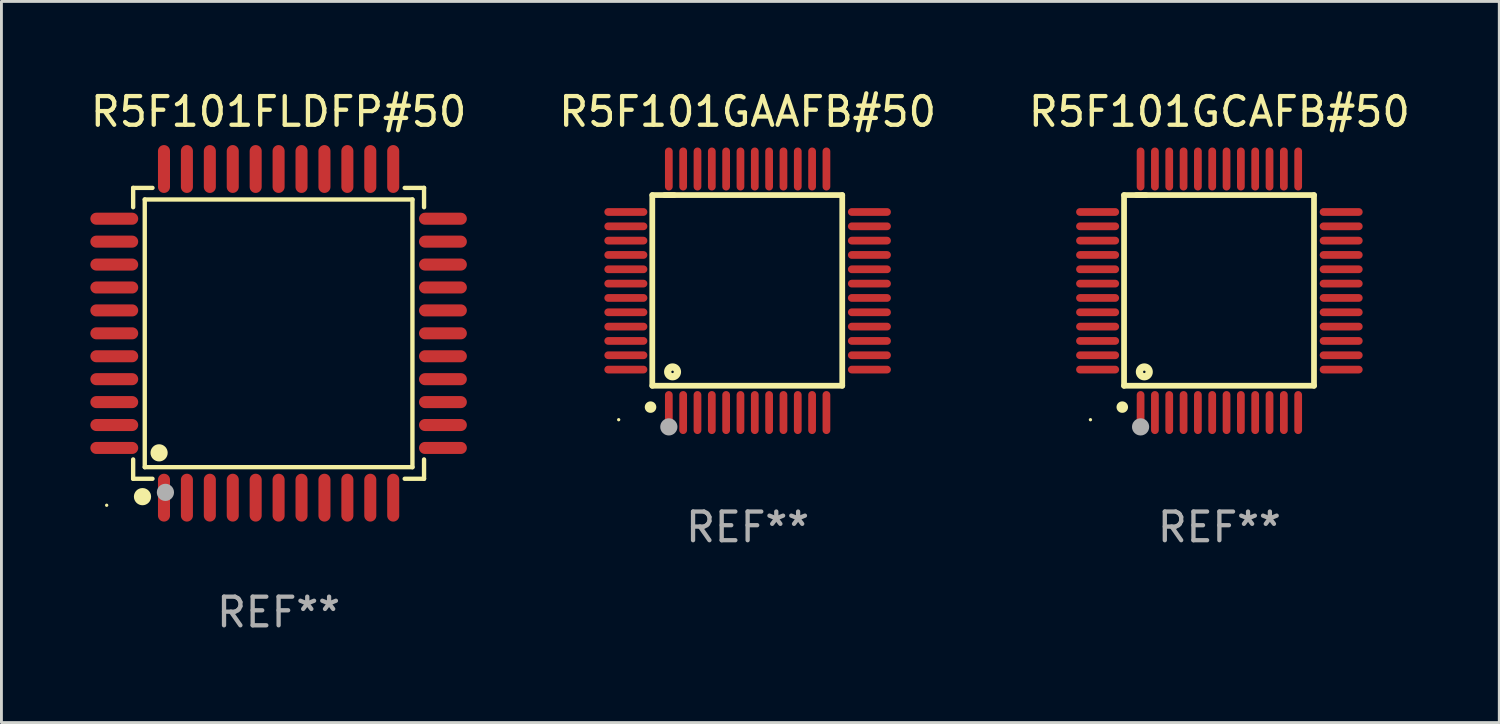
<source format=kicad_pcb>
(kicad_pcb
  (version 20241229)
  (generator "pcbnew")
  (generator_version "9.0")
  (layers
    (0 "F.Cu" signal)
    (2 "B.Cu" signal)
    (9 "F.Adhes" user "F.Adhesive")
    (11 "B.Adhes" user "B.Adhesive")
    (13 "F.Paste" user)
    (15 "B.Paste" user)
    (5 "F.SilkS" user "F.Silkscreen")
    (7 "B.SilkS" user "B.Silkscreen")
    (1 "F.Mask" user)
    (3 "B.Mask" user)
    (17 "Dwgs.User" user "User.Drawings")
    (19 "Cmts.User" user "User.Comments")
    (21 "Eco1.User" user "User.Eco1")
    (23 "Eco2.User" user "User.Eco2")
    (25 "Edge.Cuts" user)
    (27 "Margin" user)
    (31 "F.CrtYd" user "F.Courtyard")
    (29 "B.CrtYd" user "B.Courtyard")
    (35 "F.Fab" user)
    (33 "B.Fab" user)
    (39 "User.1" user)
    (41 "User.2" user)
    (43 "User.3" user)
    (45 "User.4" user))
  (footprint "R5F101FLDFP#50"
    (layer "F.Cu")
    (at 6.673 8.583)
    (property "Reference" "R5F101FLDFP#50" (at 0 -7.735 0) (layer "F.SilkS") (effects (font (size 1 1) (thickness 0.15))))
    (attr through_hole)
    (fp_line (start -5.076 -5.076) (end -4.401 -5.076) (stroke (width 0.152) (type solid)) (layer "F.SilkS"))
    (fp_line (start -5.076 -4.401) (end -5.076 -5.076) (stroke (width 0.152) (type solid)) (layer "F.SilkS"))
    (fp_line (start -5.076 4.401) (end -5.076 5.076) (stroke (width 0.152) (type solid)) (layer "F.SilkS"))
    (fp_line (start -5.076 5.076) (end -4.401 5.076) (stroke (width 0.152) (type solid)) (layer "F.SilkS"))
    (fp_line (start -4.671 -4.671) (end 4.671 -4.671) (stroke (width 0.152) (type solid)) (layer "F.SilkS"))
    (fp_line (start -4.671 4.671) (end -4.671 -4.671) (stroke (width 0.152) (type solid)) (layer "F.SilkS"))
    (fp_line (start 4.671 -4.671) (end 4.671 4.671) (stroke (width 0.152) (type solid)) (layer "F.SilkS"))
    (fp_line (start 4.671 4.671) (end -4.671 4.671) (stroke (width 0.152) (type solid)) (layer "F.SilkS"))
    (fp_line (start 5.076 -5.076) (end 4.401 -5.076) (stroke (width 0.152) (type solid)) (layer "F.SilkS"))
    (fp_line (start 5.076 -4.401) (end 5.076 -5.076) (stroke (width 0.152) (type solid)) (layer "F.SilkS"))
    (fp_line (start 5.076 4.401) (end 5.076 5.076) (stroke (width 0.152) (type solid)) (layer "F.SilkS"))
    (fp_line (start 5.076 5.076) (end 4.401 5.076) (stroke (width 0.152) (type solid)) (layer "F.SilkS"))
    (fp_circle (center -6 6) (end -5.97 6) (stroke (width 0.06) (type solid)) (fill no) (layer "F.SilkS"))
    (fp_circle (center -4.75 5.7) (end -4.6 5.7) (stroke (width 0.3) (type solid)) (fill no) (layer "F.SilkS"))
    (fp_circle (center -4.171 4.171) (end -4.021 4.171) (stroke (width 0.3) (type solid)) (fill no) (layer "F.SilkS"))
    (fp_circle (center -3.95 5.55) (end -3.8 5.55) (stroke (width 0.3) (type solid)) (fill no) (layer "F.Fab"))
    (fp_text user "REF**" (at 0 9.735 0) (layer "F.Fab") (effects (font (size 1 1) (thickness 0.15))))
    (pad "1" smd oval (at -4 5.735) (size 0.42 1.67) (layers "F.Cu" "F.Mask" "F.Paste"))
    (pad "2" smd oval (at -3.2 5.735) (size 0.42 1.67) (layers "F.Cu" "F.Mask" "F.Paste"))
    (pad "3" smd oval (at -2.4 5.735) (size 0.42 1.67) (layers "F.Cu" "F.Mask" "F.Paste"))
    (pad "4" smd oval (at -1.6 5.735) (size 0.42 1.67) (layers "F.Cu" "F.Mask" "F.Paste"))
    (pad "5" smd oval (at -0.8 5.735) (size 0.42 1.67) (layers "F.Cu" "F.Mask" "F.Paste"))
    (pad "6" smd oval (at 0 5.735) (size 0.42 1.67) (layers "F.Cu" "F.Mask" "F.Paste"))
    (pad "7" smd oval (at 0.8 5.735) (size 0.42 1.67) (layers "F.Cu" "F.Mask" "F.Paste"))
    (pad "8" smd oval (at 1.6 5.735) (size 0.42 1.67) (layers "F.Cu" "F.Mask" "F.Paste"))
    (pad "9" smd oval (at 2.4 5.735) (size 0.42 1.67) (layers "F.Cu" "F.Mask" "F.Paste"))
    (pad "10" smd oval (at 3.2 5.735) (size 0.42 1.67) (layers "F.Cu" "F.Mask" "F.Paste"))
    (pad "11" smd oval (at 4 5.735) (size 0.42 1.67) (layers "F.Cu" "F.Mask" "F.Paste"))
    (pad "12" smd oval (at 5.735 4) (size 1.67 0.42) (layers "F.Cu" "F.Mask" "F.Paste"))
    (pad "13" smd oval (at 5.735 3.2) (size 1.67 0.42) (layers "F.Cu" "F.Mask" "F.Paste"))
    (pad "14" smd oval (at 5.735 2.4) (size 1.67 0.42) (layers "F.Cu" "F.Mask" "F.Paste"))
    (pad "15" smd oval (at 5.735 1.6) (size 1.67 0.42) (layers "F.Cu" "F.Mask" "F.Paste"))
    (pad "16" smd oval (at 5.735 0.8) (size 1.67 0.42) (layers "F.Cu" "F.Mask" "F.Paste"))
    (pad "17" smd oval (at 5.735 0) (size 1.67 0.42) (layers "F.Cu" "F.Mask" "F.Paste"))
    (pad "18" smd oval (at 5.735 -0.8) (size 1.67 0.42) (layers "F.Cu" "F.Mask" "F.Paste"))
    (pad "19" smd oval (at 5.735 -1.6) (size 1.67 0.42) (layers "F.Cu" "F.Mask" "F.Paste"))
    (pad "20" smd oval (at 5.735 -2.4) (size 1.67 0.42) (layers "F.Cu" "F.Mask" "F.Paste"))
    (pad "21" smd oval (at 5.735 -3.2) (size 1.67 0.42) (layers "F.Cu" "F.Mask" "F.Paste"))
    (pad "22" smd oval (at 5.735 -4) (size 1.67 0.42) (layers "F.Cu" "F.Mask" "F.Paste"))
    (pad "23" smd oval (at 4 -5.735) (size 0.42 1.67) (layers "F.Cu" "F.Mask" "F.Paste"))
    (pad "24" smd oval (at 3.2 -5.735) (size 0.42 1.67) (layers "F.Cu" "F.Mask" "F.Paste"))
    (pad "25" smd oval (at 2.4 -5.735) (size 0.42 1.67) (layers "F.Cu" "F.Mask" "F.Paste"))
    (pad "26" smd oval (at 1.6 -5.735) (size 0.42 1.67) (layers "F.Cu" "F.Mask" "F.Paste"))
    (pad "27" smd oval (at 0.8 -5.735) (size 0.42 1.67) (layers "F.Cu" "F.Mask" "F.Paste"))
    (pad "28" smd oval (at 0 -5.735) (size 0.42 1.67) (layers "F.Cu" "F.Mask" "F.Paste"))
    (pad "29" smd oval (at -0.8 -5.735) (size 0.42 1.67) (layers "F.Cu" "F.Mask" "F.Paste"))
    (pad "30" smd oval (at -1.6 -5.735) (size 0.42 1.67) (layers "F.Cu" "F.Mask" "F.Paste"))
    (pad "31" smd oval (at -2.4 -5.735) (size 0.42 1.67) (layers "F.Cu" "F.Mask" "F.Paste"))
    (pad "32" smd oval (at -3.2 -5.735) (size 0.42 1.67) (layers "F.Cu" "F.Mask" "F.Paste"))
    (pad "33" smd oval (at -4 -5.735) (size 0.42 1.67) (layers "F.Cu" "F.Mask" "F.Paste"))
    (pad "34" smd oval (at -5.735 -4) (size 1.67 0.42) (layers "F.Cu" "F.Mask" "F.Paste"))
    (pad "35" smd oval (at -5.735 -3.2) (size 1.67 0.42) (layers "F.Cu" "F.Mask" "F.Paste"))
    (pad "36" smd oval (at -5.735 -2.4) (size 1.67 0.42) (layers "F.Cu" "F.Mask" "F.Paste"))
    (pad "37" smd oval (at -5.735 -1.6) (size 1.67 0.42) (layers "F.Cu" "F.Mask" "F.Paste"))
    (pad "38" smd oval (at -5.735 -0.8) (size 1.67 0.42) (layers "F.Cu" "F.Mask" "F.Paste"))
    (pad "39" smd oval (at -5.735 0) (size 1.67 0.42) (layers "F.Cu" "F.Mask" "F.Paste"))
    (pad "40" smd oval (at -5.735 0.8) (size 1.67 0.42) (layers "F.Cu" "F.Mask" "F.Paste"))
    (pad "41" smd oval (at -5.735 1.6) (size 1.67 0.42) (layers "F.Cu" "F.Mask" "F.Paste"))
    (pad "42" smd oval (at -5.735 2.4) (size 1.67 0.42) (layers "F.Cu" "F.Mask" "F.Paste"))
    (pad "43" smd oval (at -5.735 3.2) (size 1.67 0.42) (layers "F.Cu" "F.Mask" "F.Paste"))
    (pad "44" smd oval (at -5.735 4) (size 1.67 0.42) (layers "F.Cu" "F.Mask" "F.Paste")))
  (footprint "R5F101GCAFB#50"
    (layer "F.Cu")
    (at 39.506 7.098)
    (property "Reference" "R5F101GCAFB#50" (at 0 -6.25 0) (layer "F.SilkS") (effects (font (size 1 1) (thickness 0.15))))
    (attr through_hole)
    (fp_line (start -3.327 -3.34) (end -2.565 -3.34) (stroke (width 0.2) (type solid)) (layer "F.SilkS"))
    (fp_line (start -3.327 3.315) (end -3.327 -3.34) (stroke (width 0.2) (type solid)) (layer "F.SilkS"))
    (fp_line (start -2.896 -3.34) (end 3.302 -3.34) (stroke (width 0.2) (type solid)) (layer "F.SilkS"))
    (fp_line (start 3.302 -3.34) (end 3.302 3.315) (stroke (width 0.2) (type solid)) (layer "F.SilkS"))
    (fp_line (start 3.302 3.315) (end -3.327 3.315) (stroke (width 0.2) (type solid)) (layer "F.SilkS"))
    (fp_arc (start -3.389992 4.059995) (mid -3.388722 4.059991) (end -3.387452 4.059995) (stroke (width 0.4) (type solid)) (layer "F.SilkS"))
    (fp_circle (center -4.5 4.5) (end -4.47 4.5) (stroke (width 0.06) (type solid)) (fill no) (layer "F.SilkS"))
    (fp_circle (center -2.62 2.83) (end -2.45 2.83) (stroke (width 0.254) (type solid)) (fill no) (layer "F.SilkS"))
    (fp_circle (center -2.75 4.75) (end -2.6 4.75) (stroke (width 0.3) (type solid)) (fill no) (layer "F.Fab"))
    (fp_text user "REF**" (at 0 8.25 0) (layer "F.Fab") (effects (font (size 1 1) (thickness 0.15))))
    (pad "1" smd oval (at -2.75 4.25) (size 0.27 1.5) (layers "F.Cu" "F.Mask" "F.Paste"))
    (pad "2" smd oval (at -2.25 4.25) (size 0.27 1.5) (layers "F.Cu" "F.Mask" "F.Paste"))
    (pad "3" smd oval (at -1.75 4.25) (size 0.27 1.5) (layers "F.Cu" "F.Mask" "F.Paste"))
    (pad "4" smd oval (at -1.25 4.25) (size 0.27 1.5) (layers "F.Cu" "F.Mask" "F.Paste"))
    (pad "5" smd oval (at -0.75 4.25) (size 0.27 1.5) (layers "F.Cu" "F.Mask" "F.Paste"))
    (pad "6" smd oval (at -0.25 4.25) (size 0.27 1.5) (layers "F.Cu" "F.Mask" "F.Paste"))
    (pad "7" smd oval (at 0.25 4.25) (size 0.27 1.5) (layers "F.Cu" "F.Mask" "F.Paste"))
    (pad "8" smd oval (at 0.75 4.25) (size 0.27 1.5) (layers "F.Cu" "F.Mask" "F.Paste"))
    (pad "9" smd oval (at 1.25 4.25) (size 0.27 1.5) (layers "F.Cu" "F.Mask" "F.Paste"))
    (pad "10" smd oval (at 1.75 4.25) (size 0.27 1.5) (layers "F.Cu" "F.Mask" "F.Paste"))
    (pad "11" smd oval (at 2.25 4.25) (size 0.27 1.5) (layers "F.Cu" "F.Mask" "F.Paste"))
    (pad "12" smd oval (at 2.75 4.25) (size 0.27 1.5) (layers "F.Cu" "F.Mask" "F.Paste"))
    (pad "13" smd oval (at 4.25 2.75) (size 1.5 0.27) (layers "F.Cu" "F.Mask" "F.Paste"))
    (pad "14" smd oval (at 4.25 2.25) (size 1.5 0.27) (layers "F.Cu" "F.Mask" "F.Paste"))
    (pad "15" smd oval (at 4.25 1.75) (size 1.5 0.27) (layers "F.Cu" "F.Mask" "F.Paste"))
    (pad "16" smd oval (at 4.25 1.25) (size 1.5 0.27) (layers "F.Cu" "F.Mask" "F.Paste"))
    (pad "17" smd oval (at 4.25 0.75) (size 1.5 0.27) (layers "F.Cu" "F.Mask" "F.Paste"))
    (pad "18" smd oval (at 4.25 0.25) (size 1.5 0.27) (layers "F.Cu" "F.Mask" "F.Paste"))
    (pad "19" smd oval (at 4.25 -0.25) (size 1.5 0.27) (layers "F.Cu" "F.Mask" "F.Paste"))
    (pad "20" smd oval (at 4.25 -0.75) (size 1.5 0.27) (layers "F.Cu" "F.Mask" "F.Paste"))
    (pad "21" smd oval (at 4.25 -1.25) (size 1.5 0.27) (layers "F.Cu" "F.Mask" "F.Paste"))
    (pad "22" smd oval (at 4.25 -1.75) (size 1.5 0.27) (layers "F.Cu" "F.Mask" "F.Paste"))
    (pad "23" smd oval (at 4.25 -2.25) (size 1.5 0.27) (layers "F.Cu" "F.Mask" "F.Paste"))
    (pad "24" smd oval (at 4.25 -2.75) (size 1.5 0.27) (layers "F.Cu" "F.Mask" "F.Paste"))
    (pad "25" smd oval (at 2.75 -4.25) (size 0.27 1.5) (layers "F.Cu" "F.Mask" "F.Paste"))
    (pad "26" smd oval (at 2.25 -4.25) (size 0.27 1.5) (layers "F.Cu" "F.Mask" "F.Paste"))
    (pad "27" smd oval (at 1.75 -4.25) (size 0.27 1.5) (layers "F.Cu" "F.Mask" "F.Paste"))
    (pad "28" smd oval (at 1.25 -4.25) (size 0.27 1.5) (layers "F.Cu" "F.Mask" "F.Paste"))
    (pad "29" smd oval (at 0.75 -4.25) (size 0.27 1.5) (layers "F.Cu" "F.Mask" "F.Paste"))
    (pad "30" smd oval (at 0.25 -4.25) (size 0.27 1.5) (layers "F.Cu" "F.Mask" "F.Paste"))
    (pad "31" smd oval (at -0.25 -4.25) (size 0.27 1.5) (layers "F.Cu" "F.Mask" "F.Paste"))
    (pad "32" smd oval (at -0.75 -4.25) (size 0.27 1.5) (layers "F.Cu" "F.Mask" "F.Paste"))
    (pad "33" smd oval (at -1.25 -4.25) (size 0.27 1.5) (layers "F.Cu" "F.Mask" "F.Paste"))
    (pad "34" smd oval (at -1.75 -4.25) (size 0.27 1.5) (layers "F.Cu" "F.Mask" "F.Paste"))
    (pad "35" smd oval (at -2.25 -4.25) (size 0.27 1.5) (layers "F.Cu" "F.Mask" "F.Paste"))
    (pad "36" smd oval (at -2.75 -4.25) (size 0.27 1.5) (layers "F.Cu" "F.Mask" "F.Paste"))
    (pad "37" smd oval (at -4.25 -2.75) (size 1.5 0.27) (layers "F.Cu" "F.Mask" "F.Paste"))
    (pad "38" smd oval (at -4.25 -2.25) (size 1.5 0.27) (layers "F.Cu" "F.Mask" "F.Paste"))
    (pad "39" smd oval (at -4.25 -1.75) (size 1.5 0.27) (layers "F.Cu" "F.Mask" "F.Paste"))
    (pad "40" smd oval (at -4.25 -1.25) (size 1.5 0.27) (layers "F.Cu" "F.Mask" "F.Paste"))
    (pad "41" smd oval (at -4.25 -0.75) (size 1.5 0.27) (layers "F.Cu" "F.Mask" "F.Paste"))
    (pad "42" smd oval (at -4.25 -0.25) (size 1.5 0.27) (layers "F.Cu" "F.Mask" "F.Paste"))
    (pad "43" smd oval (at -4.25 0.25) (size 1.5 0.27) (layers "F.Cu" "F.Mask" "F.Paste"))
    (pad "44" smd oval (at -4.25 0.75) (size 1.5 0.27) (layers "F.Cu" "F.Mask" "F.Paste"))
    (pad "45" smd oval (at -4.25 1.25) (size 1.5 0.27) (layers "F.Cu" "F.Mask" "F.Paste"))
    (pad "46" smd oval (at -4.25 1.75) (size 1.5 0.27) (layers "F.Cu" "F.Mask" "F.Paste"))
    (pad "47" smd oval (at -4.25 2.25) (size 1.5 0.27) (layers "F.Cu" "F.Mask" "F.Paste"))
    (pad "48" smd oval (at -4.25 2.75) (size 1.5 0.27) (layers "F.Cu" "F.Mask" "F.Paste")))
  (footprint "R5F101GAAFB#50"
    (layer "F.Cu")
    (at 23.042 7.098)
    (property "Reference" "R5F101GAAFB#50" (at 0 -6.25 0) (layer "F.SilkS") (effects (font (size 1 1) (thickness 0.15))))
    (attr through_hole)
    (fp_line (start -3.327 -3.34) (end -2.565 -3.34) (stroke (width 0.2) (type solid)) (layer "F.SilkS"))
    (fp_line (start -3.327 3.315) (end -3.327 -3.34) (stroke (width 0.2) (type solid)) (layer "F.SilkS"))
    (fp_line (start -2.896 -3.34) (end 3.302 -3.34) (stroke (width 0.2) (type solid)) (layer "F.SilkS"))
    (fp_line (start 3.302 -3.34) (end 3.302 3.315) (stroke (width 0.2) (type solid)) (layer "F.SilkS"))
    (fp_line (start 3.302 3.315) (end -3.327 3.315) (stroke (width 0.2) (type solid)) (layer "F.SilkS"))
    (fp_arc (start -3.389992 4.059995) (mid -3.388722 4.059991) (end -3.387452 4.059995) (stroke (width 0.4) (type solid)) (layer "F.SilkS"))
    (fp_circle (center -4.5 4.5) (end -4.47 4.5) (stroke (width 0.06) (type solid)) (fill no) (layer "F.SilkS"))
    (fp_circle (center -2.62 2.83) (end -2.45 2.83) (stroke (width 0.254) (type solid)) (fill no) (layer "F.SilkS"))
    (fp_circle (center -2.75 4.75) (end -2.6 4.75) (stroke (width 0.3) (type solid)) (fill no) (layer "F.Fab"))
    (fp_text user "REF**" (at 0 8.25 0) (layer "F.Fab") (effects (font (size 1 1) (thickness 0.15))))
    (pad "1" smd oval (at -2.75 4.25) (size 0.27 1.5) (layers "F.Cu" "F.Mask" "F.Paste"))
    (pad "2" smd oval (at -2.25 4.25) (size 0.27 1.5) (layers "F.Cu" "F.Mask" "F.Paste"))
    (pad "3" smd oval (at -1.75 4.25) (size 0.27 1.5) (layers "F.Cu" "F.Mask" "F.Paste"))
    (pad "4" smd oval (at -1.25 4.25) (size 0.27 1.5) (layers "F.Cu" "F.Mask" "F.Paste"))
    (pad "5" smd oval (at -0.75 4.25) (size 0.27 1.5) (layers "F.Cu" "F.Mask" "F.Paste"))
    (pad "6" smd oval (at -0.25 4.25) (size 0.27 1.5) (layers "F.Cu" "F.Mask" "F.Paste"))
    (pad "7" smd oval (at 0.25 4.25) (size 0.27 1.5) (layers "F.Cu" "F.Mask" "F.Paste"))
    (pad "8" smd oval (at 0.75 4.25) (size 0.27 1.5) (layers "F.Cu" "F.Mask" "F.Paste"))
    (pad "9" smd oval (at 1.25 4.25) (size 0.27 1.5) (layers "F.Cu" "F.Mask" "F.Paste"))
    (pad "10" smd oval (at 1.75 4.25) (size 0.27 1.5) (layers "F.Cu" "F.Mask" "F.Paste"))
    (pad "11" smd oval (at 2.25 4.25) (size 0.27 1.5) (layers "F.Cu" "F.Mask" "F.Paste"))
    (pad "12" smd oval (at 2.75 4.25) (size 0.27 1.5) (layers "F.Cu" "F.Mask" "F.Paste"))
    (pad "13" smd oval (at 4.25 2.75) (size 1.5 0.27) (layers "F.Cu" "F.Mask" "F.Paste"))
    (pad "14" smd oval (at 4.25 2.25) (size 1.5 0.27) (layers "F.Cu" "F.Mask" "F.Paste"))
    (pad "15" smd oval (at 4.25 1.75) (size 1.5 0.27) (layers "F.Cu" "F.Mask" "F.Paste"))
    (pad "16" smd oval (at 4.25 1.25) (size 1.5 0.27) (layers "F.Cu" "F.Mask" "F.Paste"))
    (pad "17" smd oval (at 4.25 0.75) (size 1.5 0.27) (layers "F.Cu" "F.Mask" "F.Paste"))
    (pad "18" smd oval (at 4.25 0.25) (size 1.5 0.27) (layers "F.Cu" "F.Mask" "F.Paste"))
    (pad "19" smd oval (at 4.25 -0.25) (size 1.5 0.27) (layers "F.Cu" "F.Mask" "F.Paste"))
    (pad "20" smd oval (at 4.25 -0.75) (size 1.5 0.27) (layers "F.Cu" "F.Mask" "F.Paste"))
    (pad "21" smd oval (at 4.25 -1.25) (size 1.5 0.27) (layers "F.Cu" "F.Mask" "F.Paste"))
    (pad "22" smd oval (at 4.25 -1.75) (size 1.5 0.27) (layers "F.Cu" "F.Mask" "F.Paste"))
    (pad "23" smd oval (at 4.25 -2.25) (size 1.5 0.27) (layers "F.Cu" "F.Mask" "F.Paste"))
    (pad "24" smd oval (at 4.25 -2.75) (size 1.5 0.27) (layers "F.Cu" "F.Mask" "F.Paste"))
    (pad "25" smd oval (at 2.75 -4.25) (size 0.27 1.5) (layers "F.Cu" "F.Mask" "F.Paste"))
    (pad "26" smd oval (at 2.25 -4.25) (size 0.27 1.5) (layers "F.Cu" "F.Mask" "F.Paste"))
    (pad "27" smd oval (at 1.75 -4.25) (size 0.27 1.5) (layers "F.Cu" "F.Mask" "F.Paste"))
    (pad "28" smd oval (at 1.25 -4.25) (size 0.27 1.5) (layers "F.Cu" "F.Mask" "F.Paste"))
    (pad "29" smd oval (at 0.75 -4.25) (size 0.27 1.5) (layers "F.Cu" "F.Mask" "F.Paste"))
    (pad "30" smd oval (at 0.25 -4.25) (size 0.27 1.5) (layers "F.Cu" "F.Mask" "F.Paste"))
    (pad "31" smd oval (at -0.25 -4.25) (size 0.27 1.5) (layers "F.Cu" "F.Mask" "F.Paste"))
    (pad "32" smd oval (at -0.75 -4.25) (size 0.27 1.5) (layers "F.Cu" "F.Mask" "F.Paste"))
    (pad "33" smd oval (at -1.25 -4.25) (size 0.27 1.5) (layers "F.Cu" "F.Mask" "F.Paste"))
    (pad "34" smd oval (at -1.75 -4.25) (size 0.27 1.5) (layers "F.Cu" "F.Mask" "F.Paste"))
    (pad "35" smd oval (at -2.25 -4.25) (size 0.27 1.5) (layers "F.Cu" "F.Mask" "F.Paste"))
    (pad "36" smd oval (at -2.75 -4.25) (size 0.27 1.5) (layers "F.Cu" "F.Mask" "F.Paste"))
    (pad "37" smd oval (at -4.25 -2.75) (size 1.5 0.27) (layers "F.Cu" "F.Mask" "F.Paste"))
    (pad "38" smd oval (at -4.25 -2.25) (size 1.5 0.27) (layers "F.Cu" "F.Mask" "F.Paste"))
    (pad "39" smd oval (at -4.25 -1.75) (size 1.5 0.27) (layers "F.Cu" "F.Mask" "F.Paste"))
    (pad "40" smd oval (at -4.25 -1.25) (size 1.5 0.27) (layers "F.Cu" "F.Mask" "F.Paste"))
    (pad "41" smd oval (at -4.25 -0.75) (size 1.5 0.27) (layers "F.Cu" "F.Mask" "F.Paste"))
    (pad "42" smd oval (at -4.25 -0.25) (size 1.5 0.27) (layers "F.Cu" "F.Mask" "F.Paste"))
    (pad "43" smd oval (at -4.25 0.25) (size 1.5 0.27) (layers "F.Cu" "F.Mask" "F.Paste"))
    (pad "44" smd oval (at -4.25 0.75) (size 1.5 0.27) (layers "F.Cu" "F.Mask" "F.Paste"))
    (pad "45" smd oval (at -4.25 1.25) (size 1.5 0.27) (layers "F.Cu" "F.Mask" "F.Paste"))
    (pad "46" smd oval (at -4.25 1.75) (size 1.5 0.27) (layers "F.Cu" "F.Mask" "F.Paste"))
    (pad "47" smd oval (at -4.25 2.25) (size 1.5 0.27) (layers "F.Cu" "F.Mask" "F.Paste"))
    (pad "48" smd oval (at -4.25 2.75) (size 1.5 0.27) (layers "F.Cu" "F.Mask" "F.Paste")))
  (gr_rect
    (start -3 -3)
    (end 49.274 22.167)
    (stroke (width 0.1) (type default))
    (fill no)
    (layer "Edge.Cuts")))
</source>
